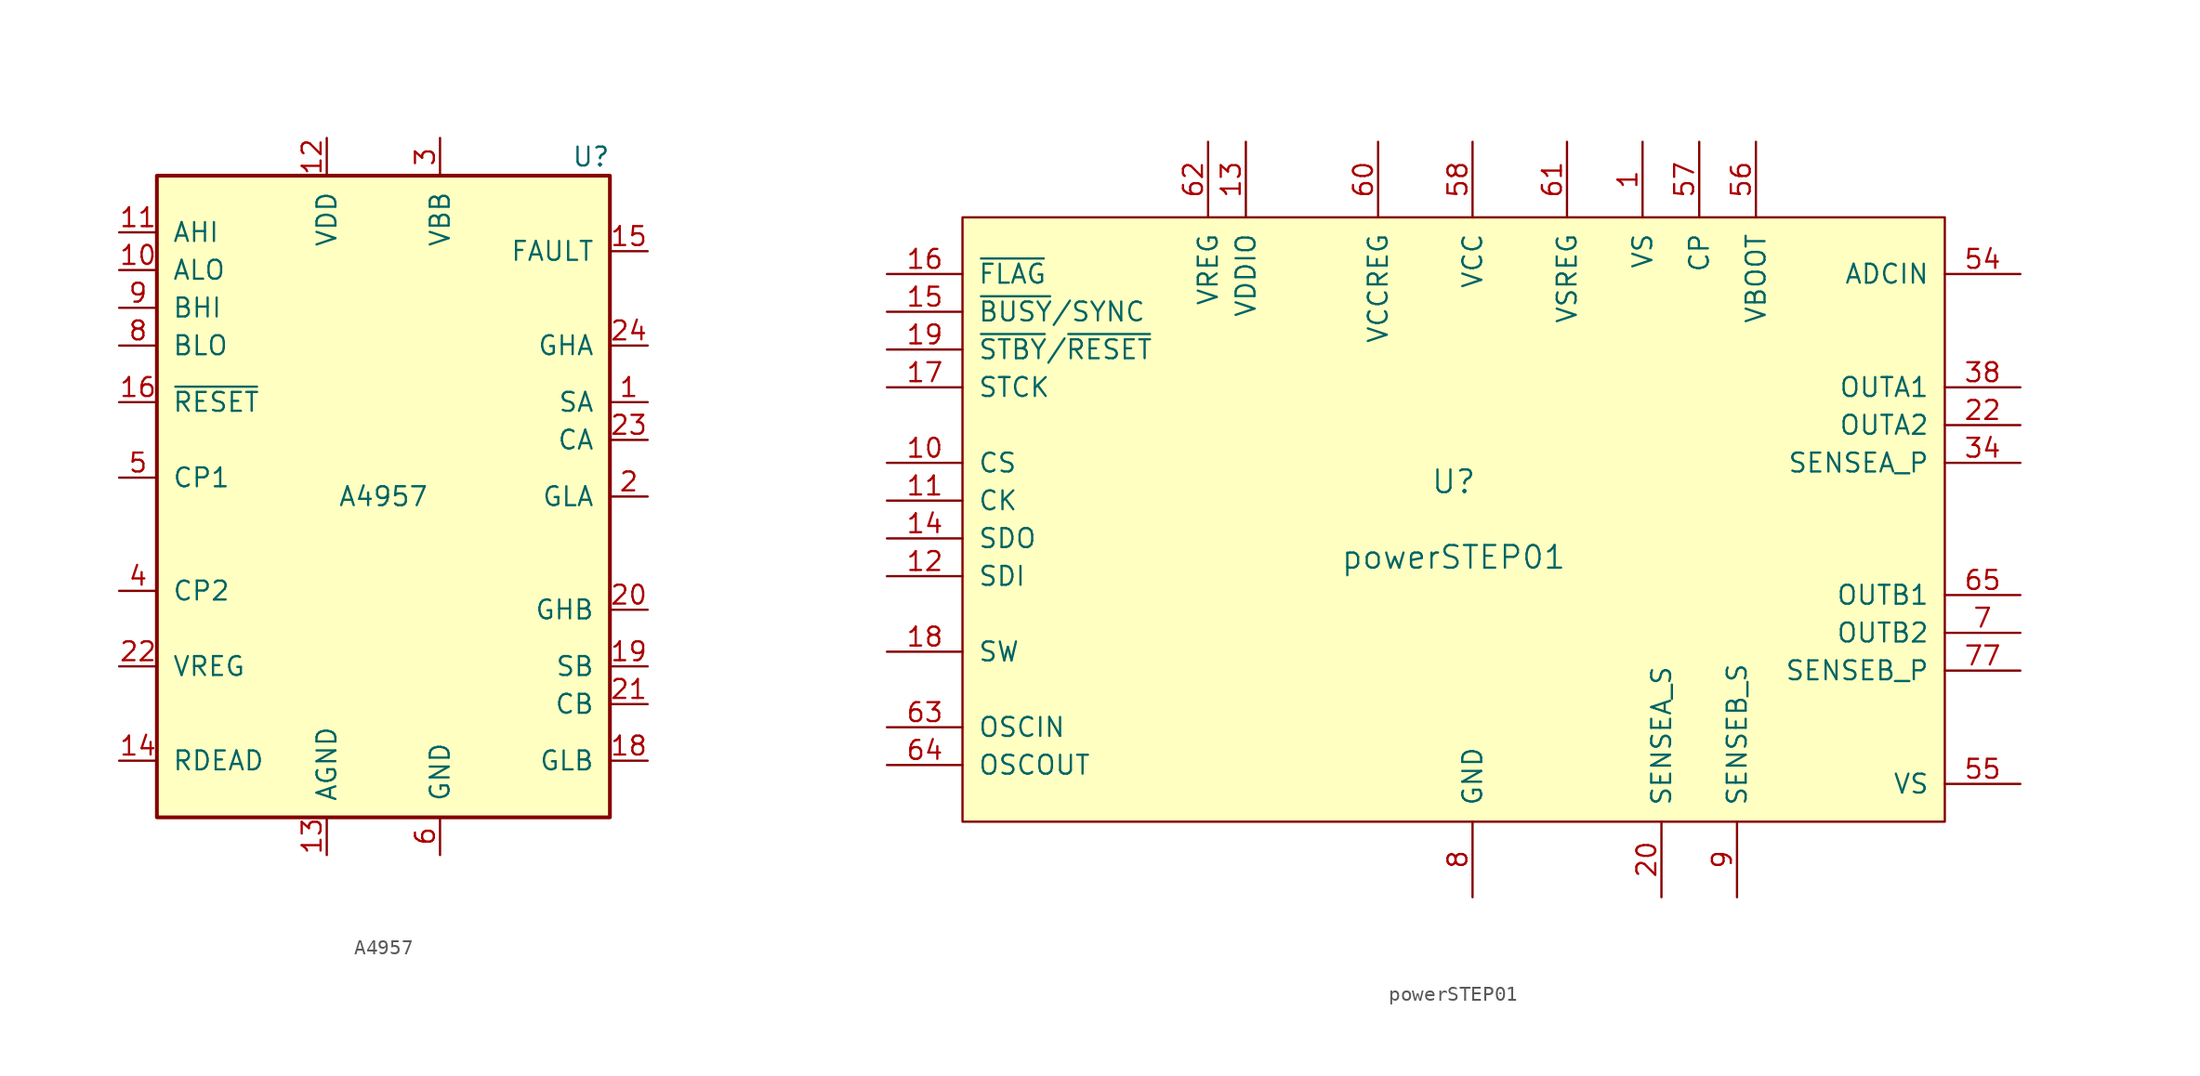
<source format=kicad_sym>
(kicad_symbol_lib
  (version 20211014)
  (generator kicad_symbol_editor)
  (symbol "A4957"
    (pin_names
      (offset 1.016))
    (property "Reference" "U"
      (at 13.97 22.86 0)
      (effects (font (size 1.27 1.27))))
    (property "Value" "A4957"
      (at 0 0 0)
      (effects (font (size 1.27 1.27))))
    (symbol "A4957_0_0"
      (pin input line (at 17.78 6.35 180) (length 2.54) (name "SA" (effects (font (size 1.27 1.27)))) (number "1" (effects (font (size 1.27 1.27)))))
      (pin input line (at -17.78 15.24 0) (length 2.54) (name "ALO" (effects (font (size 1.27 1.27)))) (number "10" (effects (font (size 1.27 1.27)))))
      (pin input line (at -17.78 17.78 0) (length 2.54) (name "AHI" (effects (font (size 1.27 1.27)))) (number "11" (effects (font (size 1.27 1.27)))))
      (pin power_in line (at -3.81 24.13 270) (length 2.54) (name "VDD" (effects (font (size 1.27 1.27)))) (number "12" (effects (font (size 1.27 1.27)))))
      (pin power_in line (at -3.81 -24.13 90) (length 2.54) (name "AGND" (effects (font (size 1.27 1.27)))) (number "13" (effects (font (size 1.27 1.27)))))
      (pin input line (at -17.78 -17.78 0) (length 2.54) (name "RDEAD" (effects (font (size 1.27 1.27)))) (number "14" (effects (font (size 1.27 1.27)))))
      (pin output line (at 17.78 16.51 180) (length 2.54) (name "FAULT" (effects (font (size 1.27 1.27)))) (number "15" (effects (font (size 1.27 1.27)))))
      (pin input line (at -17.78 6.35 0) (length 2.54) (name "~{RESET}" (effects (font (size 1.27 1.27)))) (number "16" (effects (font (size 1.27 1.27)))))
      (pin passive line (at 3.81 -24.13 90) (length 2.54) hide (name "GND" (effects (font (size 1.27 1.27)))) (number "17" (effects (font (size 1.27 1.27)))))
      (pin output line (at 17.78 -17.78 180) (length 2.54) (name "GLB" (effects (font (size 1.27 1.27)))) (number "18" (effects (font (size 1.27 1.27)))))
      (pin input line (at 17.78 -11.43 180) (length 2.54) (name "SB" (effects (font (size 1.27 1.27)))) (number "19" (effects (font (size 1.27 1.27)))))
      (pin output line (at 17.78 0 180) (length 2.54) (name "GLA" (effects (font (size 1.27 1.27)))) (number "2" (effects (font (size 1.27 1.27)))))
      (pin output line (at 17.78 -7.62 180) (length 2.54) (name "GHB" (effects (font (size 1.27 1.27)))) (number "20" (effects (font (size 1.27 1.27)))))
      (pin input line (at 17.78 -13.97 180) (length 2.54) (name "CB" (effects (font (size 1.27 1.27)))) (number "21" (effects (font (size 1.27 1.27)))))
      (pin power_out line (at -17.78 -11.43 0) (length 2.54) (name "VREG" (effects (font (size 1.27 1.27)))) (number "22" (effects (font (size 1.27 1.27)))))
      (pin input line (at 17.78 3.81 180) (length 2.54) (name "CA" (effects (font (size 1.27 1.27)))) (number "23" (effects (font (size 1.27 1.27)))))
      (pin output line (at 17.78 10.16 180) (length 2.54) (name "GHA" (effects (font (size 1.27 1.27)))) (number "24" (effects (font (size 1.27 1.27)))))
      (pin passive line (at 3.81 -24.13 90) (length 2.54) hide (name "PAD" (effects (font (size 1.27 1.27)))) (number "25" (effects (font (size 1.27 1.27)))))
      (pin power_in line (at 3.81 24.13 270) (length 2.54) (name "VBB" (effects (font (size 1.27 1.27)))) (number "3" (effects (font (size 1.27 1.27)))))
      (pin input line (at -17.78 -6.35 0) (length 2.54) (name "CP2" (effects (font (size 1.27 1.27)))) (number "4" (effects (font (size 1.27 1.27)))))
      (pin input line (at -17.78 1.27 0) (length 2.54) (name "CP1" (effects (font (size 1.27 1.27)))) (number "5" (effects (font (size 1.27 1.27)))))
      (pin power_in line (at 3.81 -24.13 90) (length 2.54) (name "GND" (effects (font (size 1.27 1.27)))) (number "6" (effects (font (size 1.27 1.27)))))
      (pin passive line (at 3.81 -24.13 90) (length 2.54) hide (name "GND" (effects (font (size 1.27 1.27)))) (number "7" (effects (font (size 1.27 1.27)))))
      (pin input line (at -17.78 10.16 0) (length 2.54) (name "BLO" (effects (font (size 1.27 1.27)))) (number "8" (effects (font (size 1.27 1.27)))))
      (pin input line (at -17.78 12.7 0) (length 2.54) (name "BHI" (effects (font (size 1.27 1.27)))) (number "9" (effects (font (size 1.27 1.27))))))
    (symbol "A4957_1_1"
      (rectangle (start -15.24 21.59) (end 15.24 -21.59) (stroke (width 0.254) (type default) (color 0 0 0 0)) (fill (type background)))))
  (symbol "powerSTEP01"
    (pin_names
      (offset 1.016))
    (property "Reference" "U"
      (at 0 2.54 0)
      (effects (font (size 1.524 1.524))))
    (property "Value" "powerSTEP01"
      (at 0 -2.54 0)
      (effects (font (size 1.524 1.524))))
    (symbol "powerSTEP01_0_1"
      (rectangle (start -33.02 20.32) (end 33.02 -20.32) (stroke (width 0) (type default) (color 0 0 0 0)) (fill (type background))))
    (symbol "powerSTEP01_1_1"
      (pin power_in line (at 12.7 25.4 270) (length 5.08) (name "VS" (effects (font (size 1.27 1.27)))) (number "1" (effects (font (size 1.27 1.27)))))
      (pin input line (at -38.1 3.81 0) (length 5.08) (name "CS" (effects (font (size 1.27 1.27)))) (number "10" (effects (font (size 1.27 1.27)))))
      (pin input line (at -38.1 1.27 0) (length 5.08) (name "CK" (effects (font (size 1.27 1.27)))) (number "11" (effects (font (size 1.27 1.27)))))
      (pin input line (at -38.1 -3.81 0) (length 5.08) (name "SDI" (effects (font (size 1.27 1.27)))) (number "12" (effects (font (size 1.27 1.27)))))
      (pin power_in line (at -13.97 25.4 270) (length 5.08) (name "VDDIO" (effects (font (size 1.27 1.27)))) (number "13" (effects (font (size 1.27 1.27)))))
      (pin output line (at -38.1 -1.27 0) (length 5.08) (name "SDO" (effects (font (size 1.27 1.27)))) (number "14" (effects (font (size 1.27 1.27)))))
      (pin open_collector line (at -38.1 13.97 0) (length 5.08) (name "~{BUSY}/SYNC" (effects (font (size 1.27 1.27)))) (number "15" (effects (font (size 1.27 1.27)))))
      (pin open_collector line (at -38.1 16.51 0) (length 5.08) (name "~{FLAG}" (effects (font (size 1.27 1.27)))) (number "16" (effects (font (size 1.27 1.27)))))
      (pin input line (at -38.1 8.89 0) (length 5.08) (name "STCK" (effects (font (size 1.27 1.27)))) (number "17" (effects (font (size 1.27 1.27)))))
      (pin input line (at -38.1 -8.89 0) (length 5.08) (name "SW" (effects (font (size 1.27 1.27)))) (number "18" (effects (font (size 1.27 1.27)))))
      (pin input line (at -38.1 11.43 0) (length 5.08) (name "~{STBY}/~{RESET}" (effects (font (size 1.27 1.27)))) (number "19" (effects (font (size 1.27 1.27)))))
      (pin input line (at 13.97 -25.4 90) (length 5.08) (name "SENSEA_S" (effects (font (size 1.27 1.27)))) (number "20" (effects (font (size 1.27 1.27)))))
      (pin power_out line (at 38.1 6.35 180) (length 5.08) (name "OUTA2" (effects (font (size 1.27 1.27)))) (number "22" (effects (font (size 1.27 1.27)))))
      (pin input line (at 38.1 3.81 180) (length 5.08) (name "SENSEA_P" (effects (font (size 1.27 1.27)))) (number "34" (effects (font (size 1.27 1.27)))))
      (pin power_out line (at 38.1 8.89 180) (length 5.08) (name "OUTA1" (effects (font (size 1.27 1.27)))) (number "38" (effects (font (size 1.27 1.27)))))
      (pin input line (at 38.1 16.51 180) (length 5.08) (name "ADCIN" (effects (font (size 1.27 1.27)))) (number "54" (effects (font (size 1.27 1.27)))))
      (pin power_in line (at 38.1 -17.78 180) (length 5.08) (name "VS" (effects (font (size 1.27 1.27)))) (number "55" (effects (font (size 1.27 1.27)))))
      (pin power_in line (at 20.32 25.4 270) (length 5.08) (name "VBOOT" (effects (font (size 1.27 1.27)))) (number "56" (effects (font (size 1.27 1.27)))))
      (pin output line (at 16.51 25.4 270) (length 5.08) (name "CP" (effects (font (size 1.27 1.27)))) (number "57" (effects (font (size 1.27 1.27)))))
      (pin power_in line (at 1.27 25.4 270) (length 5.08) (name "VCC" (effects (font (size 1.27 1.27)))) (number "58" (effects (font (size 1.27 1.27)))))
      (pin power_in line (at -5.08 25.4 270) (length 5.08) (name "VCCREG" (effects (font (size 1.27 1.27)))) (number "60" (effects (font (size 1.27 1.27)))))
      (pin power_in line (at 7.62 25.4 270) (length 5.08) (name "VSREG" (effects (font (size 1.27 1.27)))) (number "61" (effects (font (size 1.27 1.27)))))
      (pin power_in line (at -16.51 25.4 270) (length 5.08) (name "VREG" (effects (font (size 1.27 1.27)))) (number "62" (effects (font (size 1.27 1.27)))))
      (pin input line (at -38.1 -13.97 0) (length 5.08) (name "OSCIN" (effects (font (size 1.27 1.27)))) (number "63" (effects (font (size 1.27 1.27)))))
      (pin output line (at -38.1 -16.51 0) (length 5.08) (name "OSCOUT" (effects (font (size 1.27 1.27)))) (number "64" (effects (font (size 1.27 1.27)))))
      (pin power_out line (at 38.1 -5.08 180) (length 5.08) (name "OUTB1" (effects (font (size 1.27 1.27)))) (number "65" (effects (font (size 1.27 1.27)))))
      (pin power_out line (at 38.1 -7.62 180) (length 5.08) (name "OUTB2" (effects (font (size 1.27 1.27)))) (number "7" (effects (font (size 1.27 1.27)))))
      (pin input line (at 38.1 -10.16 180) (length 5.08) (name "SENSEB_P" (effects (font (size 1.27 1.27)))) (number "77" (effects (font (size 1.27 1.27)))))
      (pin power_in line (at 1.27 -25.4 90) (length 5.08) (name "GND" (effects (font (size 1.27 1.27)))) (number "8" (effects (font (size 1.27 1.27)))))
      (pin input line (at 19.05 -25.4 90) (length 5.08) (name "SENSEB_S" (effects (font (size 1.27 1.27)))) (number "9" (effects (font (size 1.27 1.27))))))))
</source>
